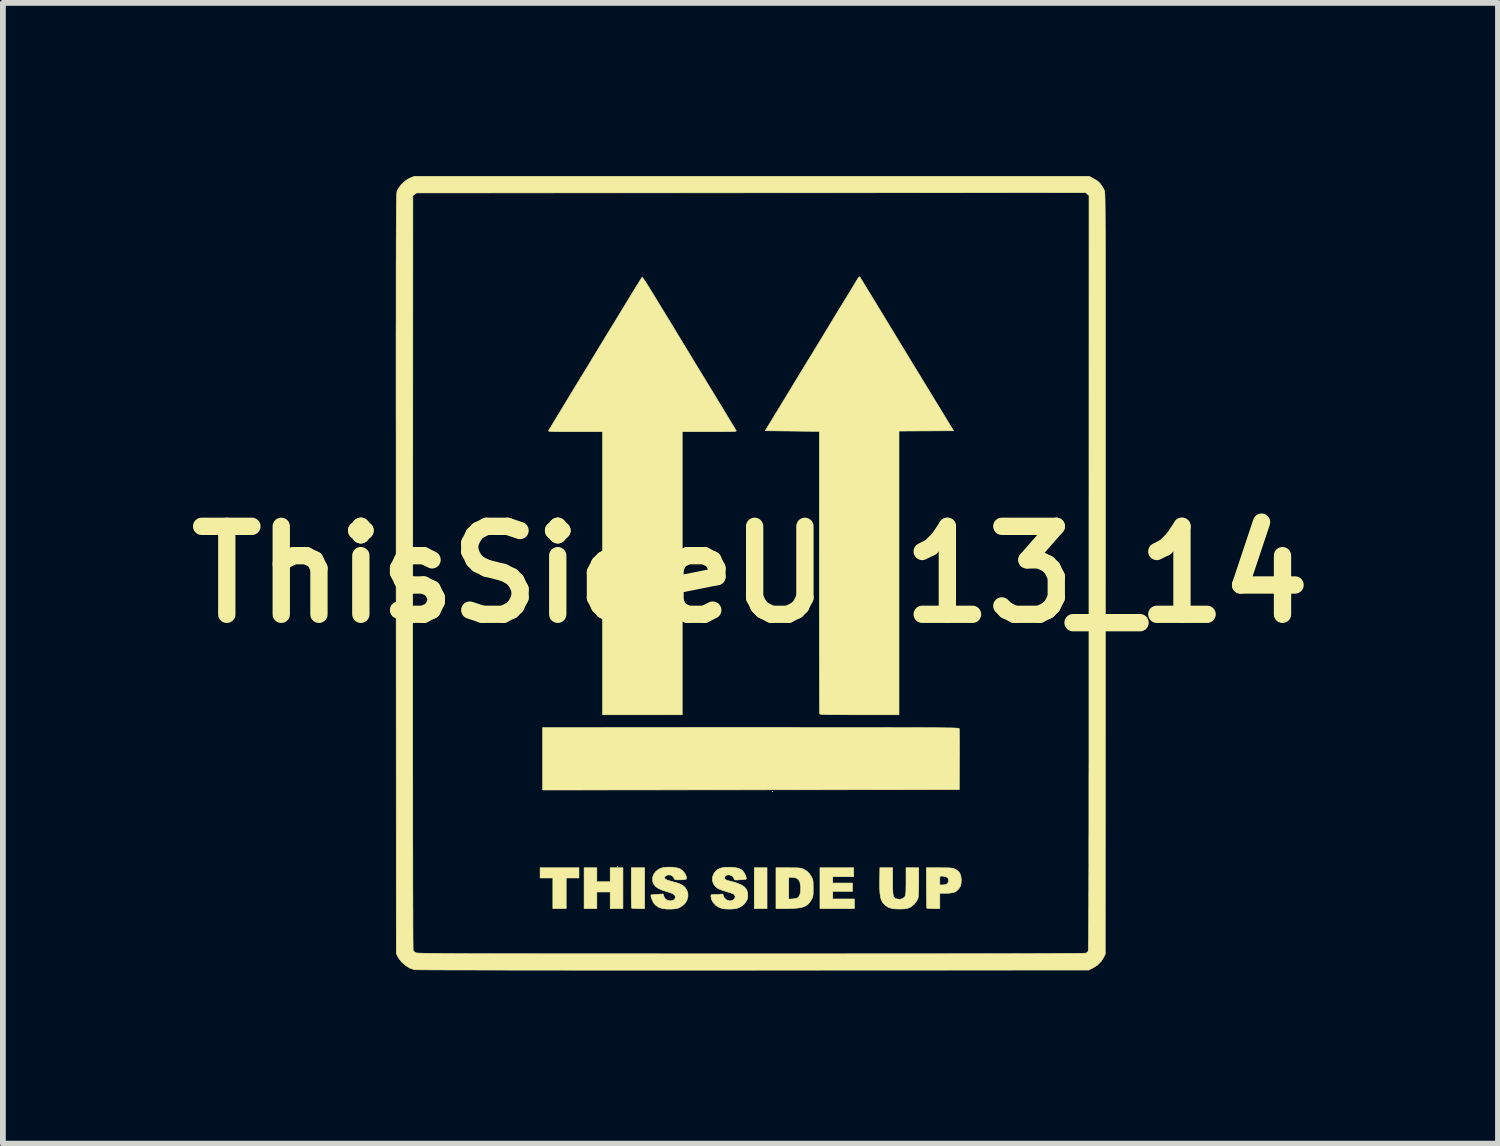
<source format=kicad_pcb>
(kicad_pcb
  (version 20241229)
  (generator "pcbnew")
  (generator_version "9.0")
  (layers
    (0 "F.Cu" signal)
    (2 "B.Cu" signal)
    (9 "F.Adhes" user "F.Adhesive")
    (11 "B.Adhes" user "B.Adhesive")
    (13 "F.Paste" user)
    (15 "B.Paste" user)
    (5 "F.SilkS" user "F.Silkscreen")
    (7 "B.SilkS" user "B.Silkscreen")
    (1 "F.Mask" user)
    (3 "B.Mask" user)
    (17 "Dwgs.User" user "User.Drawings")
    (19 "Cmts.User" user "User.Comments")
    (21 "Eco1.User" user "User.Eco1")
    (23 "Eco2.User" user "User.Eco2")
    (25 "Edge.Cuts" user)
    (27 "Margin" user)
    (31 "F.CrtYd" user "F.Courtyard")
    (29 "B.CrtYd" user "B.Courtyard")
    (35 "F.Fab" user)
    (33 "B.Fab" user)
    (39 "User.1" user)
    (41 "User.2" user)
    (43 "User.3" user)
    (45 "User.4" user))
  (footprint "ThisSideUp13_14"
    (layer "F.Cu")
    (at 9.95 6.902)
    (property "Reference" "ThisSideUp13_14" (at 0 0 0) (layer "F.SilkS") (effects (font (size 1.524 1.524) (thickness 0.3))))
    (attr through_hole)
    (fp_poly (pts (xy -2.297 5.063) (xy -2.303 5.069) (xy -2.308 5.063) (xy -2.303 5.058) (xy -2.297 5.063)) (stroke (width 0.01) (type solid)) (fill yes) (layer "F.SilkS"))
    (fp_poly (pts (xy 0.287 5.787) (xy 0.066 5.787) (xy 0.066 5.08) (xy 0.287 5.08) (xy 0.287 5.787)) (stroke (width 0.01) (type solid)) (fill yes) (layer "F.SilkS"))
    (fp_poly (pts (xy 0.387 3.76) (xy 0.381 3.766) (xy 0.375 3.76) (xy 0.381 3.755) (xy 0.387 3.76)) (stroke (width 0.01) (type solid)) (fill yes) (layer "F.SilkS"))
    (fp_poly (pts (xy -2.971 5.257) (xy -3.192 5.257) (xy -3.192 5.787) (xy -3.423 5.787) (xy -3.423 5.257) (xy -3.644 5.257) (xy -3.644 5.08) (xy -2.971 5.08) (xy -2.971 5.257)) (stroke (width 0.01) (type solid)) (fill yes) (layer "F.SilkS"))
    (fp_poly (pts (xy -2.661 5.323) (xy -2.43 5.323) (xy -2.43 5.08) (xy -2.209 5.08) (xy -2.209 5.787) (xy -2.43 5.787) (xy -2.43 5.5) (xy -2.661 5.5) (xy -2.661 5.787) (xy -2.882 5.787) (xy -2.882 5.08) (xy -2.661 5.08) (xy -2.661 5.323)) (stroke (width 0.01) (type solid)) (fill yes) (layer "F.SilkS"))
    (fp_poly (pts (xy 1.789 5.235) (xy 1.425 5.235) (xy 1.425 5.345) (xy 1.767 5.345) (xy 1.767 5.489) (xy 1.425 5.489) (xy 1.425 5.621) (xy 1.8 5.621) (xy 1.8 5.787) (xy 1.204 5.787) (xy 1.204 5.08) (xy 1.789 5.08) (xy 1.789 5.235)) (stroke (width 0.01) (type solid)) (fill yes) (layer "F.SilkS"))
    (fp_poly (pts (xy -1.833 5.787) (xy -1.942 5.787) (xy -1.989 5.786) (xy -2.027 5.784) (xy -2.052 5.781) (xy -2.058 5.779) (xy -2.06 5.767) (xy -2.062 5.735) (xy -2.063 5.686) (xy -2.064 5.624) (xy -2.065 5.55) (xy -2.065 5.468) (xy -2.065 5.426) (xy -2.064 5.08) (xy -1.833 5.08) (xy -1.833 5.787)) (stroke (width 0.01) (type solid)) (fill yes) (layer "F.SilkS"))
    (fp_poly (pts (xy 0.341 2.65) (xy 0.657 2.65) (xy 0.951 2.651) (xy 1.226 2.651) (xy 1.481 2.651) (xy 1.718 2.651) (xy 1.937 2.651) (xy 2.139 2.651) (xy 2.324 2.651) (xy 2.493 2.652) (xy 2.647 2.652) (xy 2.786 2.652) (xy 2.912 2.653) (xy 3.025 2.653) (xy 3.125 2.654) (xy 3.214 2.654) (xy 3.291 2.655) (xy 3.359 2.656) (xy 3.416 2.657) (xy 3.465 2.657) (xy 3.505 2.658) (xy 3.538 2.659) (xy 3.564 2.661) (xy 3.584 2.662) (xy 3.598 2.663) (xy 3.608 2.664) (xy 3.613 2.666) (xy 3.615 2.668) (xy 3.617 2.682) (xy 3.618 2.716) (xy 3.619 2.767) (xy 3.619 2.834) (xy 3.62 2.915) (xy 3.62 3.005) (xy 3.62 3.105) (xy 3.619 3.206) (xy 3.617 3.727) (xy 0.008 3.73) (xy -3.6 3.733) (xy -3.6 2.651) (xy 0.004 2.65) (xy 0.341 2.65)) (stroke (width 0.01) (type solid)) (fill yes) (layer "F.SilkS"))
    (fp_poly (pts (xy 0.654 5.08) (xy 0.73 5.081) (xy 0.787 5.081) (xy 0.829 5.083) (xy 0.86 5.086) (xy 0.884 5.091) (xy 0.904 5.098) (xy 0.917 5.103) (xy 0.978 5.139) (xy 1.026 5.188) (xy 1.058 5.24) (xy 1.07 5.265) (xy 1.079 5.288) (xy 1.084 5.315) (xy 1.086 5.351) (xy 1.087 5.4) (xy 1.087 5.433) (xy 1.087 5.493) (xy 1.086 5.535) (xy 1.082 5.566) (xy 1.076 5.591) (xy 1.066 5.614) (xy 1.06 5.625) (xy 1.032 5.673) (xy 0.998 5.711) (xy 0.958 5.74) (xy 0.907 5.761) (xy 0.843 5.775) (xy 0.764 5.783) (xy 0.667 5.787) (xy 0.632 5.787) (xy 0.442 5.787) (xy 0.442 5.246) (xy 0.663 5.246) (xy 0.663 5.624) (xy 0.736 5.619) (xy 0.778 5.615) (xy 0.805 5.608) (xy 0.824 5.596) (xy 0.835 5.585) (xy 0.856 5.545) (xy 0.869 5.49) (xy 0.871 5.424) (xy 0.869 5.396) (xy 0.857 5.333) (xy 0.835 5.289) (xy 0.8 5.261) (xy 0.752 5.247) (xy 0.719 5.246) (xy 0.663 5.246) (xy 0.442 5.246) (xy 0.442 5.08) (xy 0.654 5.08)) (stroke (width 0.01) (type solid)) (fill yes) (layer "F.SilkS"))
    (fp_poly (pts (xy 2.463 5.312) (xy 2.463 5.4) (xy 2.465 5.468) (xy 2.468 5.52) (xy 2.473 5.557) (xy 2.482 5.583) (xy 2.495 5.6) (xy 2.512 5.612) (xy 2.534 5.619) (xy 2.538 5.621) (xy 2.589 5.626) (xy 2.635 5.615) (xy 2.669 5.588) (xy 2.676 5.578) (xy 2.682 5.565) (xy 2.687 5.547) (xy 2.69 5.521) (xy 2.693 5.485) (xy 2.694 5.436) (xy 2.695 5.369) (xy 2.695 5.313) (xy 2.695 5.08) (xy 2.915 5.08) (xy 2.915 5.32) (xy 2.915 5.394) (xy 2.913 5.462) (xy 2.911 5.521) (xy 2.908 5.567) (xy 2.905 5.596) (xy 2.904 5.602) (xy 2.879 5.657) (xy 2.838 5.709) (xy 2.788 5.751) (xy 2.767 5.764) (xy 2.736 5.778) (xy 2.705 5.787) (xy 2.667 5.792) (xy 2.614 5.794) (xy 2.607 5.794) (xy 2.555 5.794) (xy 2.505 5.792) (xy 2.466 5.789) (xy 2.455 5.787) (xy 2.388 5.765) (xy 2.335 5.73) (xy 2.318 5.713) (xy 2.293 5.684) (xy 2.274 5.653) (xy 2.26 5.616) (xy 2.25 5.572) (xy 2.243 5.517) (xy 2.239 5.448) (xy 2.238 5.362) (xy 2.239 5.271) (xy 2.242 5.08) (xy 2.463 5.08) (xy 2.463 5.312)) (stroke (width 0.01) (type solid)) (fill yes) (layer "F.SilkS"))
    (fp_poly (pts (xy 3.271 5.08) (xy 3.35 5.081) (xy 3.409 5.081) (xy 3.454 5.083) (xy 3.486 5.086) (xy 3.51 5.091) (xy 3.53 5.097) (xy 3.539 5.101) (xy 3.59 5.131) (xy 3.624 5.169) (xy 3.644 5.218) (xy 3.652 5.282) (xy 3.651 5.316) (xy 3.647 5.363) (xy 3.638 5.397) (xy 3.62 5.429) (xy 3.618 5.432) (xy 3.585 5.47) (xy 3.546 5.497) (xy 3.496 5.513) (xy 3.432 5.521) (xy 3.387 5.522) (xy 3.28 5.522) (xy 3.28 5.787) (xy 3.17 5.787) (xy 3.123 5.786) (xy 3.085 5.784) (xy 3.061 5.781) (xy 3.055 5.779) (xy 3.054 5.766) (xy 3.053 5.734) (xy 3.052 5.685) (xy 3.051 5.622) (xy 3.05 5.549) (xy 3.049 5.467) (xy 3.049 5.425) (xy 3.048 5.301) (xy 3.28 5.301) (xy 3.28 5.378) (xy 3.324 5.378) (xy 3.36 5.375) (xy 3.392 5.367) (xy 3.396 5.365) (xy 3.422 5.342) (xy 3.433 5.306) (xy 3.43 5.274) (xy 3.414 5.251) (xy 3.381 5.234) (xy 3.335 5.225) (xy 3.31 5.224) (xy 3.294 5.224) (xy 3.285 5.23) (xy 3.281 5.246) (xy 3.28 5.276) (xy 3.28 5.301) (xy 3.048 5.301) (xy 3.047 5.08) (xy 3.271 5.08)) (stroke (width 0.01) (type solid)) (fill yes) (layer "F.SilkS"))
    (fp_poly (pts (xy -1.348 5.071) (xy -1.285 5.08) (xy -1.234 5.093) (xy -1.218 5.1) (xy -1.171 5.135) (xy -1.134 5.182) (xy -1.111 5.234) (xy -1.109 5.241) (xy -1.106 5.265) (xy -1.115 5.277) (xy -1.138 5.283) (xy -1.169 5.287) (xy -1.211 5.289) (xy -1.242 5.29) (xy -1.281 5.289) (xy -1.303 5.286) (xy -1.315 5.277) (xy -1.324 5.26) (xy -1.325 5.258) (xy -1.349 5.225) (xy -1.385 5.206) (xy -1.426 5.203) (xy -1.465 5.218) (xy -1.466 5.219) (xy -1.488 5.239) (xy -1.49 5.259) (xy -1.473 5.277) (xy -1.435 5.296) (xy -1.376 5.314) (xy -1.342 5.323) (xy -1.27 5.343) (xy -1.216 5.363) (xy -1.174 5.385) (xy -1.141 5.412) (xy -1.135 5.419) (xy -1.1 5.471) (xy -1.083 5.528) (xy -1.084 5.587) (xy -1.102 5.645) (xy -1.135 5.698) (xy -1.182 5.742) (xy -1.242 5.775) (xy -1.261 5.781) (xy -1.317 5.792) (xy -1.384 5.796) (xy -1.454 5.795) (xy -1.517 5.787) (xy -1.537 5.782) (xy -1.596 5.761) (xy -1.641 5.73) (xy -1.672 5.696) (xy -1.687 5.67) (xy -1.702 5.637) (xy -1.715 5.602) (xy -1.723 5.572) (xy -1.724 5.553) (xy -1.722 5.551) (xy -1.71 5.549) (xy -1.68 5.545) (xy -1.639 5.542) (xy -1.616 5.541) (xy -1.514 5.534) (xy -1.502 5.572) (xy -1.477 5.616) (xy -1.439 5.644) (xy -1.392 5.654) (xy -1.349 5.647) (xy -1.318 5.629) (xy -1.302 5.603) (xy -1.303 5.573) (xy -1.318 5.549) (xy -1.343 5.531) (xy -1.385 5.513) (xy -1.447 5.494) (xy -1.531 5.467) (xy -1.596 5.438) (xy -1.643 5.404) (xy -1.674 5.365) (xy -1.692 5.319) (xy -1.694 5.309) (xy -1.695 5.249) (xy -1.676 5.193) (xy -1.639 5.144) (xy -1.588 5.105) (xy -1.538 5.084) (xy -1.482 5.073) (xy -1.416 5.069) (xy -1.348 5.071)) (stroke (width 0.01) (type solid)) (fill yes) (layer "F.SilkS"))
    (fp_poly (pts (xy -0.337 5.071) (xy -0.26 5.078) (xy -0.2 5.092) (xy -0.155 5.115) (xy -0.121 5.15) (xy -0.105 5.174) (xy -0.084 5.216) (xy -0.073 5.25) (xy -0.072 5.272) (xy -0.08 5.28) (xy -0.097 5.281) (xy -0.13 5.284) (xy -0.172 5.287) (xy -0.185 5.288) (xy -0.23 5.292) (xy -0.258 5.292) (xy -0.273 5.289) (xy -0.28 5.281) (xy -0.283 5.271) (xy -0.301 5.238) (xy -0.331 5.215) (xy -0.368 5.203) (xy -0.404 5.205) (xy -0.434 5.221) (xy -0.436 5.223) (xy -0.45 5.25) (xy -0.443 5.274) (xy -0.417 5.293) (xy -0.394 5.301) (xy -0.295 5.326) (xy -0.216 5.352) (xy -0.155 5.379) (xy -0.11 5.408) (xy -0.078 5.441) (xy -0.059 5.48) (xy -0.048 5.525) (xy -0.047 5.543) (xy -0.047 5.588) (xy -0.055 5.625) (xy -0.069 5.654) (xy -0.111 5.711) (xy -0.167 5.755) (xy -0.232 5.783) (xy -0.243 5.786) (xy -0.297 5.793) (xy -0.362 5.796) (xy -0.428 5.794) (xy -0.483 5.788) (xy -0.486 5.787) (xy -0.547 5.766) (xy -0.601 5.73) (xy -0.645 5.683) (xy -0.674 5.629) (xy -0.685 5.573) (xy -0.685 5.572) (xy -0.683 5.557) (xy -0.676 5.548) (xy -0.658 5.545) (xy -0.624 5.544) (xy -0.614 5.544) (xy -0.571 5.543) (xy -0.532 5.54) (xy -0.511 5.537) (xy -0.487 5.535) (xy -0.475 5.545) (xy -0.47 5.564) (xy -0.451 5.604) (xy -0.416 5.635) (xy -0.374 5.652) (xy -0.355 5.654) (xy -0.316 5.647) (xy -0.286 5.628) (xy -0.268 5.601) (xy -0.266 5.572) (xy -0.281 5.544) (xy -0.284 5.541) (xy -0.303 5.531) (xy -0.337 5.517) (xy -0.381 5.503) (xy -0.408 5.495) (xy -0.481 5.473) (xy -0.535 5.452) (xy -0.575 5.431) (xy -0.605 5.407) (xy -0.628 5.378) (xy -0.642 5.354) (xy -0.66 5.299) (xy -0.658 5.243) (xy -0.638 5.19) (xy -0.606 5.142) (xy -0.563 5.107) (xy -0.507 5.084) (xy -0.436 5.072) (xy -0.348 5.071) (xy -0.337 5.071)) (stroke (width 0.01) (type solid)) (fill yes) (layer "F.SilkS"))
    (fp_poly (pts (xy -1.87 -5.143) (xy -1.853 -5.121) (xy -1.828 -5.085) (xy -1.797 -5.038) (xy -1.763 -4.984) (xy -1.759 -4.978) (xy -1.717 -4.909) (xy -1.667 -4.828) (xy -1.612 -4.737) (xy -1.553 -4.64) (xy -1.492 -4.54) (xy -1.431 -4.441) (xy -1.372 -4.344) (xy -1.317 -4.253) (xy -1.268 -4.172) (xy -1.226 -4.103) (xy -1.194 -4.05) (xy -1.192 -4.047) (xy -1.175 -4.018) (xy -1.146 -3.972) (xy -1.109 -3.91) (xy -1.063 -3.835) (xy -1.01 -3.748) (xy -0.952 -3.651) (xy -0.888 -3.547) (xy -0.82 -3.436) (xy -0.75 -3.32) (xy -0.685 -3.214) (xy -0.616 -3.1) (xy -0.549 -2.99) (xy -0.487 -2.888) (xy -0.43 -2.794) (xy -0.379 -2.71) (xy -0.335 -2.637) (xy -0.299 -2.577) (xy -0.271 -2.531) (xy -0.253 -2.501) (xy -0.246 -2.488) (xy -0.246 -2.488) (xy -0.249 -2.484) (xy -0.26 -2.481) (xy -0.282 -2.479) (xy -0.317 -2.477) (xy -0.366 -2.476) (xy -0.43 -2.475) (xy -0.512 -2.474) (xy -0.613 -2.474) (xy -0.711 -2.474) (xy -1.182 -2.474) (xy -1.182 2.43) (xy -2.562 2.43) (xy -2.562 -2.474) (xy -3.033 -2.474) (xy -3.148 -2.474) (xy -3.243 -2.474) (xy -3.32 -2.475) (xy -3.38 -2.475) (xy -3.425 -2.477) (xy -3.458 -2.478) (xy -3.48 -2.481) (xy -3.492 -2.483) (xy -3.497 -2.487) (xy -3.497 -2.49) (xy -3.49 -2.502) (xy -3.473 -2.531) (xy -3.446 -2.576) (xy -3.411 -2.635) (xy -3.367 -2.707) (xy -3.317 -2.79) (xy -3.261 -2.882) (xy -3.201 -2.982) (xy -3.136 -3.089) (xy -3.089 -3.166) (xy -3 -3.312) (xy -2.923 -3.439) (xy -2.854 -3.551) (xy -2.795 -3.648) (xy -2.744 -3.733) (xy -2.7 -3.805) (xy -2.662 -3.867) (xy -2.63 -3.921) (xy -2.602 -3.967) (xy -2.577 -4.007) (xy -2.555 -4.043) (xy -2.535 -4.076) (xy -2.534 -4.079) (xy -2.514 -4.112) (xy -2.486 -4.157) (xy -2.456 -4.206) (xy -2.439 -4.234) (xy -2.42 -4.265) (xy -2.391 -4.313) (xy -2.353 -4.374) (xy -2.309 -4.447) (xy -2.26 -4.527) (xy -2.207 -4.614) (xy -2.153 -4.703) (xy -2.132 -4.738) (xy -2.08 -4.823) (xy -2.031 -4.903) (xy -1.987 -4.975) (xy -1.948 -5.037) (xy -1.917 -5.088) (xy -1.894 -5.124) (xy -1.881 -5.145) (xy -1.878 -5.15) (xy -1.87 -5.143)) (stroke (width 0.01) (type solid)) (fill yes) (layer "F.SilkS"))
    (fp_poly (pts (xy 1.898 -5.149) (xy 1.902 -5.144) (xy 1.909 -5.131) (xy 1.928 -5.101) (xy 1.957 -5.054) (xy 1.994 -4.993) (xy 2.04 -4.917) (xy 2.094 -4.83) (xy 2.154 -4.731) (xy 2.22 -4.623) (xy 2.291 -4.506) (xy 2.366 -4.382) (xy 2.445 -4.252) (xy 2.496 -4.169) (xy 2.578 -4.033) (xy 2.659 -3.9) (xy 2.738 -3.771) (xy 2.812 -3.648) (xy 2.883 -3.533) (xy 2.948 -3.426) (xy 3.006 -3.33) (xy 3.057 -3.246) (xy 3.1 -3.176) (xy 3.134 -3.12) (xy 3.158 -3.082) (xy 3.165 -3.07) (xy 3.199 -3.013) (xy 3.242 -2.944) (xy 3.289 -2.867) (xy 3.337 -2.788) (xy 3.383 -2.713) (xy 3.387 -2.706) (xy 3.519 -2.49) (xy 2.573 -2.485) (xy 2.573 2.43) (xy 1.89 2.43) (xy 1.749 2.43) (xy 1.628 2.429) (xy 1.527 2.429) (xy 1.443 2.429) (xy 1.374 2.428) (xy 1.32 2.427) (xy 1.278 2.425) (xy 1.247 2.424) (xy 1.225 2.422) (xy 1.211 2.419) (xy 1.203 2.416) (xy 1.2 2.413) (xy 1.199 2.412) (xy 1.199 2.4) (xy 1.198 2.366) (xy 1.198 2.312) (xy 1.197 2.24) (xy 1.197 2.149) (xy 1.196 2.041) (xy 1.196 1.917) (xy 1.195 1.778) (xy 1.195 1.625) (xy 1.194 1.459) (xy 1.194 1.281) (xy 1.194 1.091) (xy 1.194 0.892) (xy 1.193 0.684) (xy 1.193 0.468) (xy 1.193 0.245) (xy 1.193 0.015) (xy 1.193 -0.042) (xy 1.194 -2.479) (xy 0.725 -2.485) (xy 0.255 -2.49) (xy 0.461 -2.827) (xy 0.513 -2.912) (xy 0.564 -2.997) (xy 0.614 -3.078) (xy 0.659 -3.153) (xy 0.699 -3.218) (xy 0.73 -3.27) (xy 0.744 -3.294) (xy 0.769 -3.335) (xy 0.803 -3.391) (xy 0.845 -3.46) (xy 0.892 -3.537) (xy 0.943 -3.621) (xy 0.995 -3.706) (xy 1.033 -3.767) (xy 1.082 -3.847) (xy 1.128 -3.923) (xy 1.17 -3.992) (xy 1.206 -4.051) (xy 1.235 -4.098) (xy 1.255 -4.131) (xy 1.264 -4.147) (xy 1.279 -4.171) (xy 1.303 -4.211) (xy 1.336 -4.265) (xy 1.375 -4.33) (xy 1.42 -4.404) (xy 1.469 -4.485) (xy 1.521 -4.569) (xy 1.573 -4.655) (xy 1.625 -4.74) (xy 1.653 -4.785) (xy 1.693 -4.851) (xy 1.734 -4.918) (xy 1.772 -4.981) (xy 1.805 -5.035) (xy 1.829 -5.075) (xy 1.829 -5.075) (xy 1.854 -5.118) (xy 1.872 -5.144) (xy 1.883 -5.156) (xy 1.891 -5.157) (xy 1.898 -5.149)) (stroke (width 0.01) (type solid)) (fill yes) (layer "F.SilkS"))
    (fp_poly (pts (xy 5.936 -6.861) (xy 5.972 -6.841) (xy 6.002 -6.823) (xy 6.019 -6.811) (xy 6.055 -6.775) (xy 6.09 -6.727) (xy 6.119 -6.678) (xy 6.135 -6.64) (xy 6.136 -6.634) (xy 6.137 -6.625) (xy 6.138 -6.611) (xy 6.139 -6.592) (xy 6.14 -6.569) (xy 6.141 -6.539) (xy 6.142 -6.503) (xy 6.143 -6.46) (xy 6.143 -6.41) (xy 6.144 -6.352) (xy 6.145 -6.285) (xy 6.145 -6.21) (xy 6.146 -6.125) (xy 6.146 -6.031) (xy 6.147 -5.926) (xy 6.147 -5.81) (xy 6.148 -5.683) (xy 6.148 -5.543) (xy 6.148 -5.392) (xy 6.148 -5.227) (xy 6.149 -5.049) (xy 6.149 -4.857) (xy 6.149 -4.65) (xy 6.149 -4.428) (xy 6.149 -4.191) (xy 6.149 -3.938) (xy 6.149 -3.668) (xy 6.149 -3.382) (xy 6.149 -3.077) (xy 6.149 -2.755) (xy 6.149 -2.414) (xy 6.149 -2.054) (xy 6.149 -1.674) (xy 6.149 -1.275) (xy 6.149 -0.854) (xy 6.149 -0.413) (xy 6.148 -0.004) (xy 6.146 6.576) (xy 6.122 6.626) (xy 6.075 6.701) (xy 6.011 6.766) (xy 5.934 6.815) (xy 5.932 6.816) (xy 5.859 6.852) (xy 0.039 6.854) (xy -0.347 6.854) (xy -0.724 6.854) (xy -1.092 6.854) (xy -1.45 6.854) (xy -1.799 6.854) (xy -2.137 6.854) (xy -2.464 6.854) (xy -2.779 6.854) (xy -3.082 6.854) (xy -3.372 6.853) (xy -3.648 6.853) (xy -3.911 6.853) (xy -4.16 6.853) (xy -4.393 6.852) (xy -4.611 6.852) (xy -4.813 6.851) (xy -4.998 6.851) (xy -5.166 6.851) (xy -5.316 6.85) (xy -5.447 6.85) (xy -5.56 6.849) (xy -5.654 6.848) (xy -5.728 6.848) (xy -5.781 6.847) (xy -5.813 6.847) (xy -5.823 6.846) (xy -5.9 6.818) (xy -5.975 6.772) (xy -6.041 6.714) (xy -6.092 6.648) (xy -6.108 6.621) (xy -6.135 6.565) (xy -6.137 2.205) (xy -5.851 2.205) (xy -5.851 2.601) (xy -5.851 2.98) (xy -5.851 3.341) (xy -5.85 3.683) (xy -5.85 4.007) (xy -5.85 4.313) (xy -5.85 4.6) (xy -5.849 4.868) (xy -5.849 5.116) (xy -5.849 5.345) (xy -5.848 5.554) (xy -5.848 5.744) (xy -5.847 5.913) (xy -5.847 6.061) (xy -5.846 6.189) (xy -5.846 6.297) (xy -5.845 6.383) (xy -5.844 6.448) (xy -5.844 6.491) (xy -5.843 6.512) (xy -5.842 6.515) (xy -5.826 6.533) (xy -5.799 6.551) (xy -5.796 6.552) (xy -5.792 6.554) (xy -5.785 6.555) (xy -5.776 6.556) (xy -5.762 6.557) (xy -5.745 6.558) (xy -5.723 6.559) (xy -5.695 6.56) (xy -5.662 6.561) (xy -5.622 6.562) (xy -5.575 6.563) (xy -5.521 6.564) (xy -5.458 6.564) (xy -5.387 6.565) (xy -5.306 6.566) (xy -5.216 6.566) (xy -5.116 6.567) (xy -5.004 6.567) (xy -4.881 6.568) (xy -4.747 6.568) (xy -4.599 6.568) (xy -4.439 6.569) (xy -4.265 6.569) (xy -4.076 6.569) (xy -3.873 6.569) (xy -3.655 6.57) (xy -3.421 6.57) (xy -3.17 6.57) (xy -2.902 6.57) (xy -2.617 6.57) (xy -2.314 6.57) (xy -1.992 6.57) (xy -1.651 6.57) (xy -1.29 6.571) (xy -0.909 6.571) (xy -0.507 6.571) (xy -0.084 6.571) (xy 0.013 6.571) (xy 0.484 6.571) (xy 0.932 6.571) (xy 1.359 6.571) (xy 1.765 6.57) (xy 2.149 6.57) (xy 2.513 6.57) (xy 2.856 6.57) (xy 3.179 6.57) (xy 3.482 6.569) (xy 3.765 6.569) (xy 4.028 6.569) (xy 4.272 6.568) (xy 4.497 6.568) (xy 4.704 6.567) (xy 4.892 6.567) (xy 5.061 6.566) (xy 5.213 6.566) (xy 5.347 6.565) (xy 5.464 6.564) (xy 5.563 6.564) (xy 5.645 6.563) (xy 5.71 6.562) (xy 5.76 6.561) (xy 5.792 6.56) (xy 5.809 6.559) (xy 5.812 6.559) (xy 5.837 6.541) (xy 5.851 6.526) (xy 5.852 6.52) (xy 5.853 6.504) (xy 5.854 6.479) (xy 5.854 6.443) (xy 5.855 6.396) (xy 5.856 6.338) (xy 5.857 6.269) (xy 5.857 6.187) (xy 5.858 6.094) (xy 5.859 5.987) (xy 5.859 5.867) (xy 5.86 5.733) (xy 5.86 5.586) (xy 5.861 5.424) (xy 5.861 5.247) (xy 5.862 5.054) (xy 5.862 4.846) (xy 5.862 4.622) (xy 5.863 4.381) (xy 5.863 4.123) (xy 5.863 3.847) (xy 5.863 3.554) (xy 5.864 3.243) (xy 5.864 2.912) (xy 5.864 2.563) (xy 5.864 2.194) (xy 5.864 1.806) (xy 5.864 1.396) (xy 5.864 0.967) (xy 5.864 0.515) (xy 5.864 0.043) (xy 5.864 -0.03) (xy 5.865 -6.565) (xy 5.836 -6.59) (xy 5.808 -6.615) (xy 0.011 -6.612) (xy -5.785 -6.61) (xy -5.816 -6.586) (xy -5.848 -6.563) (xy -5.85 -0.034) (xy -5.85 0.447) (xy -5.851 0.912) (xy -5.851 1.36) (xy -5.851 1.791) (xy -5.851 2.205) (xy -6.137 2.205) (xy -6.138 -0.006) (xy -6.138 -0.462) (xy -6.138 -0.898) (xy -6.138 -1.312) (xy -6.138 -1.706) (xy -6.138 -2.079) (xy -6.138 -2.434) (xy -6.139 -2.769) (xy -6.139 -3.086) (xy -6.139 -3.385) (xy -6.139 -3.666) (xy -6.139 -3.931) (xy -6.139 -4.18) (xy -6.138 -4.412) (xy -6.138 -4.63) (xy -6.138 -4.832) (xy -6.138 -5.021) (xy -6.138 -5.196) (xy -6.138 -5.357) (xy -6.137 -5.506) (xy -6.137 -5.643) (xy -6.137 -5.768) (xy -6.136 -5.882) (xy -6.136 -5.986) (xy -6.135 -6.079) (xy -6.135 -6.163) (xy -6.134 -6.238) (xy -6.134 -6.305) (xy -6.133 -6.363) (xy -6.132 -6.415) (xy -6.132 -6.459) (xy -6.131 -6.497) (xy -6.13 -6.529) (xy -6.129 -6.556) (xy -6.128 -6.578) (xy -6.127 -6.596) (xy -6.126 -6.61) (xy -6.125 -6.621) (xy -6.124 -6.629) (xy -6.122 -6.635) (xy -6.122 -6.637) (xy -6.096 -6.691) (xy -6.055 -6.747) (xy -6.002 -6.799) (xy -5.944 -6.843) (xy -5.892 -6.87) (xy -5.825 -6.897) (xy 5.87 -6.897) (xy 5.936 -6.861)) (stroke (width 0.01) (type solid)) (fill yes) (layer "F.SilkS")))
  (gr_rect
    (start -3 -3)
    (end 22.899 16.761)
    (stroke (width 0.1) (type default))
    (fill no)
    (layer "Edge.Cuts")))
</source>
